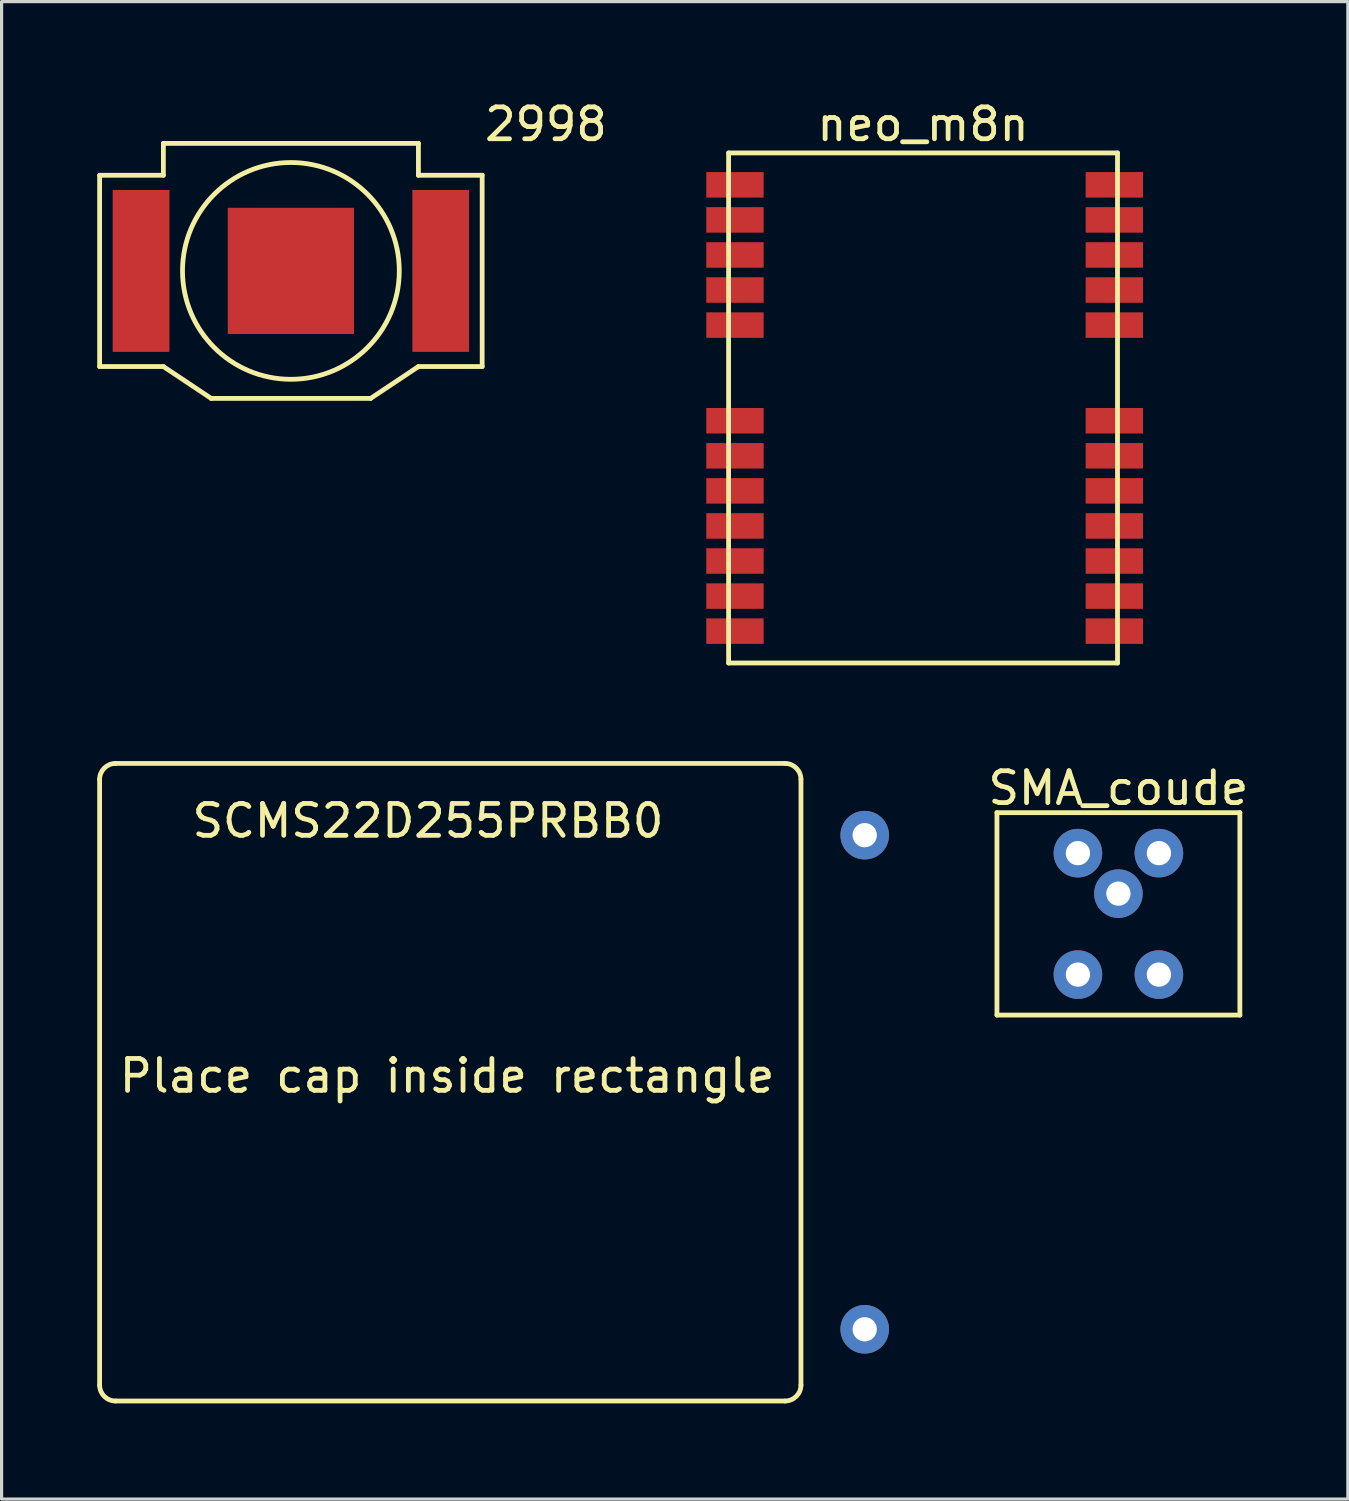
<source format=kicad_pcb>
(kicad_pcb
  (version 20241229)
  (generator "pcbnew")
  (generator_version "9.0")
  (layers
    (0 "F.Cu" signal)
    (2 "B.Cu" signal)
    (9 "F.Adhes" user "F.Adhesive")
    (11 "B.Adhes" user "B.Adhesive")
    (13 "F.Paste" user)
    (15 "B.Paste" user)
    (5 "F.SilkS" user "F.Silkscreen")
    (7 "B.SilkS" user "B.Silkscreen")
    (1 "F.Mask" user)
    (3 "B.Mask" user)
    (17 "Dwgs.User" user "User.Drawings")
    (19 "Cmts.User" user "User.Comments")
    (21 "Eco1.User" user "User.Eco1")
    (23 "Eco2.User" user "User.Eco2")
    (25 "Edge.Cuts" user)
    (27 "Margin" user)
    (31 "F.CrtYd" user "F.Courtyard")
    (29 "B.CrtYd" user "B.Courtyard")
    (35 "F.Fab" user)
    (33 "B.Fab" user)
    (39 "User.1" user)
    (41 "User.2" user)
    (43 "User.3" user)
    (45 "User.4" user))
  (footprint "2998"
    (layer "F.Cu")
    (at 6.075 5.448)
    (property "Reference" "2998" (at 8 -4.6 0) (layer "F.SilkS") (effects (font (size 1 1) (thickness 0.15))))
    (attr through_hole)
    (fp_line (start -6 -3) (end -6 3) (stroke (width 0.15) (type solid)) (layer "F.SilkS"))
    (fp_line (start -6 3) (end -4 3) (stroke (width 0.15) (type solid)) (layer "F.SilkS"))
    (fp_line (start -4 -4) (end -4 -3) (stroke (width 0.15) (type solid)) (layer "F.SilkS"))
    (fp_line (start -4 -4) (end 4 -4) (stroke (width 0.15) (type solid)) (layer "F.SilkS"))
    (fp_line (start -4 -3) (end -6 -3) (stroke (width 0.15) (type solid)) (layer "F.SilkS"))
    (fp_line (start -4 3) (end -2.5 4) (stroke (width 0.15) (type solid)) (layer "F.SilkS"))
    (fp_line (start -2.5 4) (end 2.5 4) (stroke (width 0.15) (type solid)) (layer "F.SilkS"))
    (fp_line (start 4 -4) (end 4 -3) (stroke (width 0.15) (type solid)) (layer "F.SilkS"))
    (fp_line (start 4 -3) (end 6 -3) (stroke (width 0.15) (type solid)) (layer "F.SilkS"))
    (fp_line (start 4 3) (end 2.5 4) (stroke (width 0.15) (type solid)) (layer "F.SilkS"))
    (fp_line (start 6 -3) (end 6 3) (stroke (width 0.15) (type solid)) (layer "F.SilkS"))
    (fp_line (start 6 3) (end 4 3) (stroke (width 0.15) (type solid)) (layer "F.SilkS"))
    (fp_circle (center 0 0) (end 3.4 0) (stroke (width 0.15) (type solid)) (fill no) (layer "F.SilkS"))
    (pad "1" smd rect (at -4.7 0) (size 1.78 5.08) (layers "F.Cu" "F.Mask" "F.Paste"))
    (pad "1" smd rect (at 4.7 0) (size 1.78 5.08) (layers "F.Cu" "F.Mask" "F.Paste"))
    (pad "2" smd rect (at 0 0) (size 3.96 3.96) (layers "F.Cu" "F.Mask" "F.Paste")))
  (footprint "neo_m8n"
    (layer "F.Cu")
    (at 25.905 9.748)
    (property "Reference" "neo_m8n" (at 0 -8.9 0) (layer "F.SilkS") (effects (font (size 1 1) (thickness 0.15))))
    (attr through_hole)
    (fp_line (start -6.1 -8) (end 6.1 -8) (stroke (width 0.15) (type solid)) (layer "F.SilkS"))
    (fp_line (start -6.1 8) (end -6.1 -8) (stroke (width 0.15) (type solid)) (layer "F.SilkS"))
    (fp_line (start 6.1 -8) (end 6.1 8) (stroke (width 0.15) (type solid)) (layer "F.SilkS"))
    (fp_line (start 6.1 8) (end -6.1 8) (stroke (width 0.15) (type solid)) (layer "F.SilkS"))
    (pad "1" smd rect (at 6 7) (size 1.8 0.8) (layers "F.Cu" "F.Mask" "F.Paste"))
    (pad "2" smd rect (at 6 5.9) (size 1.8 0.8) (layers "F.Cu" "F.Mask" "F.Paste"))
    (pad "3" smd rect (at 6 4.8) (size 1.8 0.8) (layers "F.Cu" "F.Mask" "F.Paste"))
    (pad "4" smd rect (at 6 3.7) (size 1.8 0.8) (layers "F.Cu" "F.Mask" "F.Paste"))
    (pad "5" smd rect (at 6 2.6) (size 1.8 0.8) (layers "F.Cu" "F.Mask" "F.Paste"))
    (pad "6" smd rect (at 6 1.5) (size 1.8 0.8) (layers "F.Cu" "F.Mask" "F.Paste"))
    (pad "7" smd rect (at 6 0.4) (size 1.8 0.8) (layers "F.Cu" "F.Mask" "F.Paste"))
    (pad "8" smd rect (at 6 -2.6) (size 1.8 0.8) (layers "F.Cu" "F.Mask" "F.Paste"))
    (pad "9" smd rect (at 6 -3.7) (size 1.8 0.8) (layers "F.Cu" "F.Mask" "F.Paste"))
    (pad "10" smd rect (at 6 -4.8) (size 1.8 0.8) (layers "F.Cu" "F.Mask" "F.Paste"))
    (pad "11" smd rect (at 6 -5.9) (size 1.8 0.8) (layers "F.Cu" "F.Mask" "F.Paste"))
    (pad "12" smd rect (at 6 -7) (size 1.8 0.8) (layers "F.Cu" "F.Mask" "F.Paste"))
    (pad "13" smd rect (at -5.9 -7) (size 1.8 0.8) (layers "F.Cu" "F.Mask" "F.Paste"))
    (pad "14" smd rect (at -5.9 -5.9) (size 1.8 0.8) (layers "F.Cu" "F.Mask" "F.Paste"))
    (pad "15" smd rect (at -5.9 -4.8) (size 1.8 0.8) (layers "F.Cu" "F.Mask" "F.Paste"))
    (pad "16" smd rect (at -5.9 -3.7) (size 1.8 0.8) (layers "F.Cu" "F.Mask" "F.Paste"))
    (pad "17" smd rect (at -5.9 -2.6) (size 1.8 0.8) (layers "F.Cu" "F.Mask" "F.Paste"))
    (pad "18" smd rect (at -5.9 0.4) (size 1.8 0.8) (layers "F.Cu" "F.Mask" "F.Paste"))
    (pad "19" smd rect (at -5.9 1.5) (size 1.8 0.8) (layers "F.Cu" "F.Mask" "F.Paste"))
    (pad "20" smd rect (at -5.9 2.6) (size 1.8 0.8) (layers "F.Cu" "F.Mask" "F.Paste"))
    (pad "21" smd rect (at -5.9 3.7) (size 1.8 0.8) (layers "F.Cu" "F.Mask" "F.Paste"))
    (pad "22" smd rect (at -5.9 4.8) (size 1.8 0.8) (layers "F.Cu" "F.Mask" "F.Paste"))
    (pad "23" smd rect (at -5.9 5.9) (size 1.8 0.8) (layers "F.Cu" "F.Mask" "F.Paste"))
    (pad "24" smd rect (at -5.9 7) (size 1.8 0.8) (layers "F.Cu" "F.Mask" "F.Paste")))
  (footprint "SMA_coude"
    (layer "F.Cu")
    (at 32.033 21.172)
    (property "Reference" "SMA_coude" (at 0 0.5 0) (layer "F.SilkS") (effects (font (size 1 1) (thickness 0.15))))
    (attr through_hole)
    (fp_line (start -3.81 1.27) (end 3.81 1.27) (stroke (width 0.15) (type solid)) (layer "F.SilkS"))
    (fp_line (start -3.81 7.62) (end -3.81 1.27) (stroke (width 0.15) (type solid)) (layer "F.SilkS"))
    (fp_line (start 3.81 1.27) (end 3.81 7.62) (stroke (width 0.15) (type solid)) (layer "F.SilkS"))
    (fp_line (start 3.81 7.62) (end -3.81 7.62) (stroke (width 0.15) (type solid)) (layer "F.SilkS"))
    (pad "1" thru_hole circle (at 1.27 2.54) (size 1.524 1.524) (drill 0.762) (layers "*.Cu" "*.Mask"))
    (pad "2" thru_hole circle (at -1.27 2.54) (size 1.524 1.524) (drill 0.762) (layers "*.Cu" "*.Mask"))
    (pad "3" thru_hole circle (at -1.27 6.35) (size 1.524 1.524) (drill 0.762) (layers "*.Cu" "*.Mask"))
    (pad "4" thru_hole circle (at 1.27 6.35) (size 1.524 1.524) (drill 0.762) (layers "*.Cu" "*.Mask"))
    (pad "5" thru_hole circle (at 0 3.81) (size 1.524 1.524) (drill 0.762) (layers "*.Cu" "*.Mask")))
  (footprint "SCMS22D255PRBB0"
    (layer "F.Cu")
    (at 22.075 30.898)
    (property "Reference" "SCMS22D255PRBB0" (at -11.7 -8.2 0) (layer "F.SilkS") (effects (font (size 1 1) (thickness 0.15))))
    (attr through_hole)
    (fp_line (start -22 9.5) (end -22 -9.5) (stroke (width 0.15) (type solid)) (layer "F.SilkS"))
    (fp_line (start -0.5 -10) (end -21.5 -10) (stroke (width 0.15) (type solid)) (layer "F.SilkS"))
    (fp_line (start -0.5 10) (end -21.5 10) (stroke (width 0.15) (type solid)) (layer "F.SilkS"))
    (fp_line (start 0 -9.5) (end 0 9.5) (stroke (width 0.15) (type solid)) (layer "F.SilkS"))
    (fp_arc (start -22 -9.5) (mid -21.853553 -9.853553) (end -21.5 -10) (stroke (width 0.15) (type solid)) (layer "F.SilkS"))
    (fp_arc (start -21.5 10) (mid -21.853553 9.853553) (end -22 9.5) (stroke (width 0.15) (type solid)) (layer "F.SilkS"))
    (fp_arc (start -0.5 -10) (mid -0.146447 -9.853553) (end 0 -9.5) (stroke (width 0.15) (type solid)) (layer "F.SilkS"))
    (fp_arc (start 0 9.5) (mid -0.146447 9.853553) (end -0.5 10) (stroke (width 0.15) (type solid)) (layer "F.SilkS"))
    (fp_text user "Place cap inside rectangle" (at -11.1 -0.2 0) (layer "F.SilkS") (effects (font (size 1 1) (thickness 0.15))))
    (pad "1" thru_hole circle (at 2 -7.75) (size 1.524 1.524) (drill 0.762) (layers "*.Cu" "*.Mask"))
    (pad "2" thru_hole circle (at 2 7.75) (size 1.524 1.524) (drill 0.762) (layers "*.Cu" "*.Mask")))
  (gr_rect
    (start -3 -3)
    (end 39.23 43.973)
    (stroke (width 0.1) (type default))
    (fill no)
    (layer "Edge.Cuts")))
</source>
